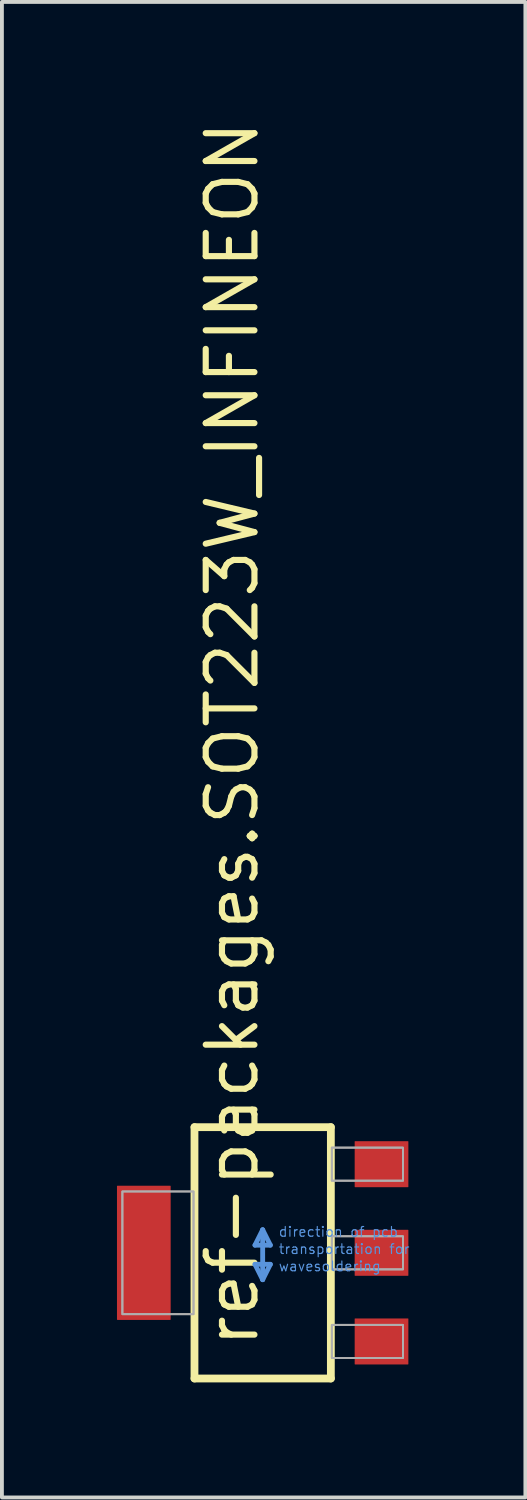
<source format=kicad_pcb>
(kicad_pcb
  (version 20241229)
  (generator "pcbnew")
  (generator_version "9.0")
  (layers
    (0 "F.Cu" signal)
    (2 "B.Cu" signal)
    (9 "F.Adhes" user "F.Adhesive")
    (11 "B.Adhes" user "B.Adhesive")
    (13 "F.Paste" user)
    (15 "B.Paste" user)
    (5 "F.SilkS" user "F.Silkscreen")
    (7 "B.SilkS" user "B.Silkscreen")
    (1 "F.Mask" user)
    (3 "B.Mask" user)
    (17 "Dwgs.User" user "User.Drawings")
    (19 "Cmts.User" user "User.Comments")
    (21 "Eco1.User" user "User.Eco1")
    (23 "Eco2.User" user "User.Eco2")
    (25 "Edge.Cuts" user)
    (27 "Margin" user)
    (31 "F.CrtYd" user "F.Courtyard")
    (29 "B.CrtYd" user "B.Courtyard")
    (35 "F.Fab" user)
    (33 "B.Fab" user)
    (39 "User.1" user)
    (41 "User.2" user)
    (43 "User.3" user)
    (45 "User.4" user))
  (footprint "ref-packages.SOT223W_INFINEON"
    (layer "F.Cu")
    (at 3.799 29.617)
    (property "Reference" "ref-packages.SOT223W_INFINEON" (at -0.051 2.54 90) (layer "F.SilkS") (effects (font (size 1.27 1.27) (thickness 0.16)) (justify left bottom)))
    (attr smd)
    (fp_line (start -1.778 -3.277) (end 1.778 -3.277) (stroke (width 0.203) (type default)) (layer "F.SilkS"))
    (fp_line (start -1.778 3.277) (end -1.778 -3.277) (stroke (width 0.203) (type default)) (layer "F.SilkS"))
    (fp_line (start 1.778 -3.277) (end 1.778 3.277) (stroke (width 0.203) (type default)) (layer "F.SilkS"))
    (fp_line (start 1.778 3.277) (end -1.778 3.277) (stroke (width 0.203) (type default)) (layer "F.SilkS"))
    (fp_line (start -0.2 -0.2) (end 0.2 -0.2) (stroke (width 0.127) (type default)) (layer "Cmts.User"))
    (fp_line (start -0.2 0.3) (end 0 0.7) (stroke (width 0.127) (type default)) (layer "Cmts.User"))
    (fp_line (start 0 -0.6) (end -0.2 -0.2) (stroke (width 0.127) (type default)) (layer "Cmts.User"))
    (fp_line (start 0 0.7) (end 0 -0.6) (stroke (width 0.127) (type default)) (layer "Cmts.User"))
    (fp_line (start 0 0.7) (end 0.2 0.3) (stroke (width 0.127) (type default)) (layer "Cmts.User"))
    (fp_line (start 0.2 -0.2) (end 0 -0.6) (stroke (width 0.127) (type default)) (layer "Cmts.User"))
    (fp_line (start 0.2 0.3) (end -0.2 0.3) (stroke (width 0.127) (type default)) (layer "Cmts.User"))
    (fp_rect (start -3.658 1.6) (end -1.803 -1.6) (stroke (width 0.05) (type default)) (fill no) (layer "F.Fab"))
    (fp_rect (start -3.658 1.6) (end -1.803 -1.6) (stroke (width 0.05) (type default)) (fill no) (layer "F.Fab"))
    (fp_rect (start 1.803 -1.88) (end 3.658 -2.743) (stroke (width 0.05) (type default)) (fill no) (layer "F.Fab"))
    (fp_rect (start 1.803 -1.88) (end 3.658 -2.743) (stroke (width 0.05) (type default)) (fill no) (layer "F.Fab"))
    (fp_rect (start 1.803 0.432) (end 3.658 -0.432) (stroke (width 0.05) (type default)) (fill no) (layer "F.Fab"))
    (fp_rect (start 1.803 0.432) (end 3.658 -0.432) (stroke (width 0.05) (type default)) (fill no) (layer "F.Fab"))
    (fp_rect (start 1.803 2.743) (end 3.658 1.88) (stroke (width 0.05) (type default)) (fill no) (layer "F.Fab"))
    (fp_rect (start 1.803 2.743) (end 3.658 1.88) (stroke (width 0.05) (type default)) (fill no) (layer "F.Fab"))
    (fp_text user "direction of pcb" (at 0.4 -0.4 0) (layer "Cmts.User") (effects (font (size 0.254 0.254) (thickness 0.03)) (justify left bottom)))
    (fp_text user "wavesoldering" (at 0.4 0.5 0) (layer "Cmts.User") (effects (font (size 0.254 0.254) (thickness 0.03)) (justify left bottom)))
    (fp_text user "transportation for" (at 0.4 0.05 0) (layer "Cmts.User") (effects (font (size 0.254 0.254) (thickness 0.03)) (justify left bottom)))
    (pad "1" smd roundrect (at 3.099 2.311) (size 1.4 1.2) (layers "F.Cu" "F.Mask" "F.Paste") (roundrect_rratio 0.01))
    (pad "2" smd roundrect (at 3.099 0) (size 1.4 1.2) (layers "F.Cu" "F.Mask" "F.Paste") (roundrect_rratio 0.01))
    (pad "3" smd roundrect (at 3.099 -2.311) (size 1.4 1.2) (layers "F.Cu" "F.Mask" "F.Paste") (roundrect_rratio 0.01))
    (pad "4" smd roundrect (at -3.099 0) (size 1.4 3.5) (layers "F.Cu" "F.Mask" "F.Paste") (roundrect_rratio 0.01)))
  (gr_rect
    (start -3 -3)
    (end 10.649 35.996)
    (stroke (width 0.1) (type default))
    (fill no)
    (layer "Edge.Cuts")))
</source>
